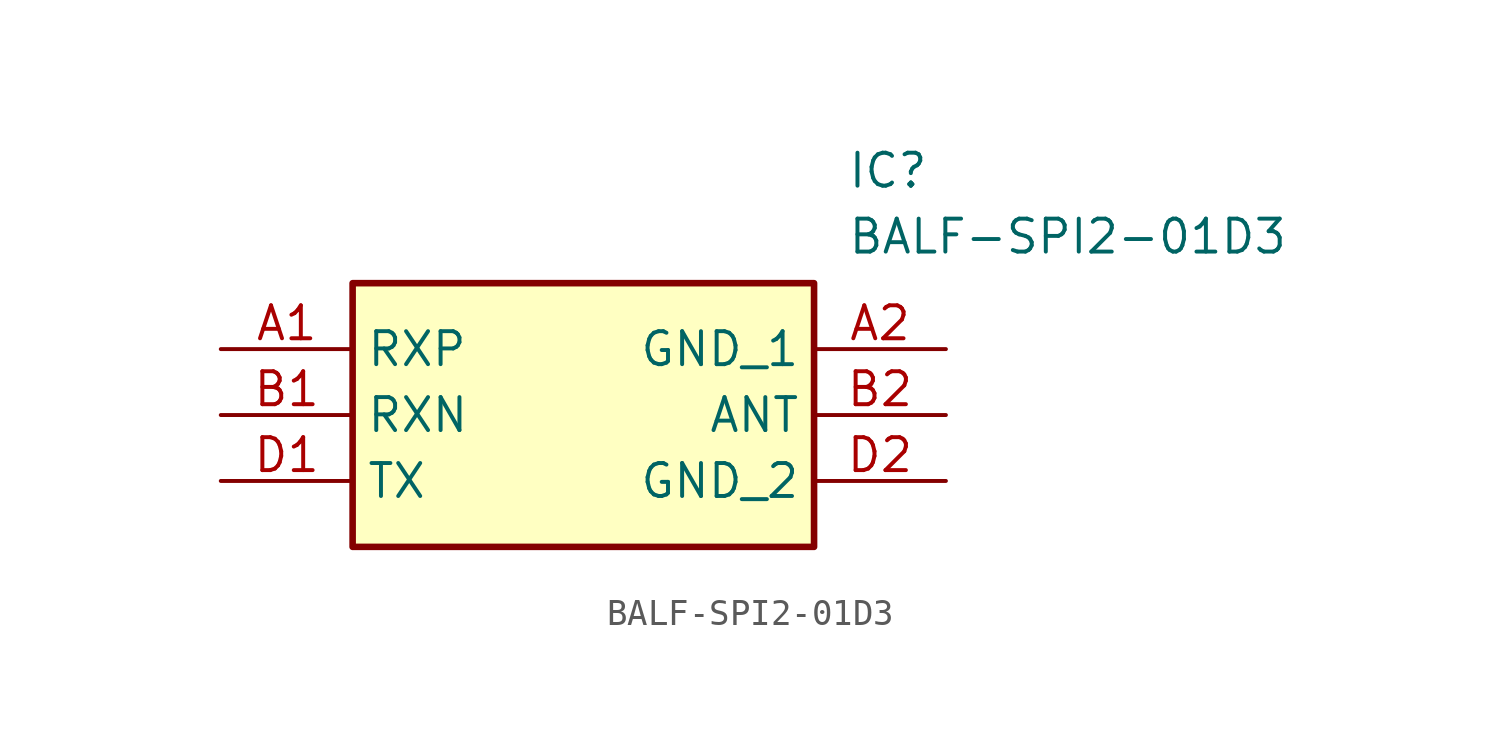
<source format=kicad_sym>
(kicad_symbol_lib
  (version 20211014)
  (generator SamacSys_ECAD_Model)
  (symbol "BALF-SPI2-01D3"
    (property "Reference" "IC"
      (at 24.13 7.62 0)
      (effects (font (size 1.27 1.27)) (justify left top)))
    (property "Value" "BALF-SPI2-01D3"
      (at 24.13 5.08 0)
      (effects (font (size 1.27 1.27)) (justify left top)))
    (rectangle
      (start 5.08 2.54)
      (end 22.86 -7.62)
      (stroke (width 0.254) (type default))
      (fill (type background)))
    (pin passive line
      (at 0 0 0)
      (length 5.08)
      (name "RXP" (effects (font (size 1.27 1.27))))
      (number "A1" (effects (font (size 1.27 1.27)))))
    (pin passive line
      (at 27.94 0 180)
      (length 5.08)
      (name "GND_1" (effects (font (size 1.27 1.27))))
      (number "A2" (effects (font (size 1.27 1.27)))))
    (pin passive line
      (at 0 -2.54 0)
      (length 5.08)
      (name "RXN" (effects (font (size 1.27 1.27))))
      (number "B1" (effects (font (size 1.27 1.27)))))
    (pin passive line
      (at 27.94 -2.54 180)
      (length 5.08)
      (name "ANT" (effects (font (size 1.27 1.27))))
      (number "B2" (effects (font (size 1.27 1.27)))))
    (pin passive line
      (at 0 -5.08 0)
      (length 5.08)
      (name "TX" (effects (font (size 1.27 1.27))))
      (number "D1" (effects (font (size 1.27 1.27)))))
    (pin passive line
      (at 27.94 -5.08 180)
      (length 5.08)
      (name "GND_2" (effects (font (size 1.27 1.27))))
      (number "D2" (effects (font (size 1.27 1.27)))))))
</source>
